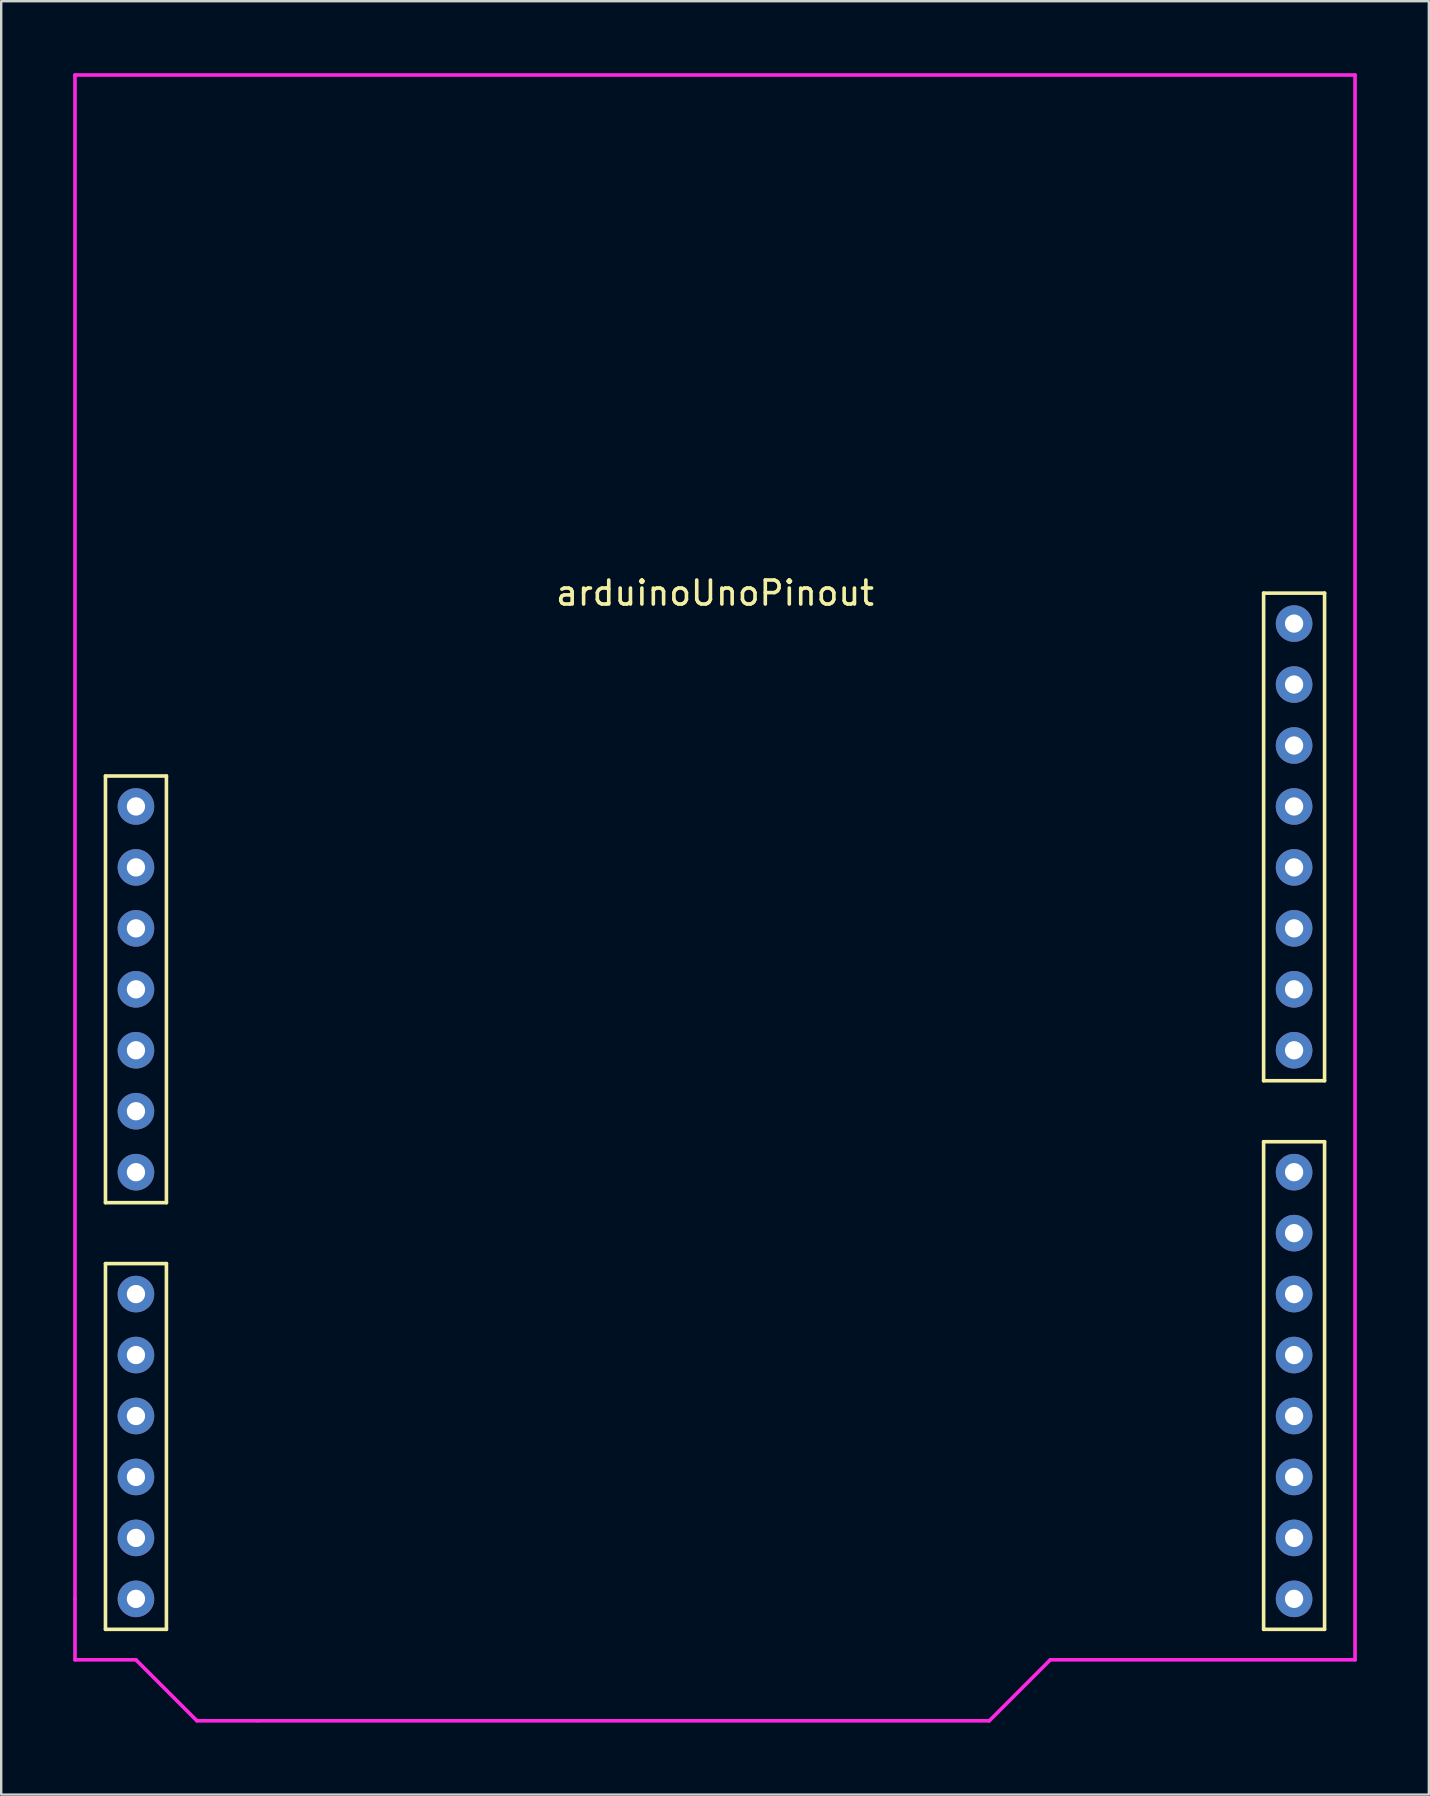
<source format=kicad_pcb>
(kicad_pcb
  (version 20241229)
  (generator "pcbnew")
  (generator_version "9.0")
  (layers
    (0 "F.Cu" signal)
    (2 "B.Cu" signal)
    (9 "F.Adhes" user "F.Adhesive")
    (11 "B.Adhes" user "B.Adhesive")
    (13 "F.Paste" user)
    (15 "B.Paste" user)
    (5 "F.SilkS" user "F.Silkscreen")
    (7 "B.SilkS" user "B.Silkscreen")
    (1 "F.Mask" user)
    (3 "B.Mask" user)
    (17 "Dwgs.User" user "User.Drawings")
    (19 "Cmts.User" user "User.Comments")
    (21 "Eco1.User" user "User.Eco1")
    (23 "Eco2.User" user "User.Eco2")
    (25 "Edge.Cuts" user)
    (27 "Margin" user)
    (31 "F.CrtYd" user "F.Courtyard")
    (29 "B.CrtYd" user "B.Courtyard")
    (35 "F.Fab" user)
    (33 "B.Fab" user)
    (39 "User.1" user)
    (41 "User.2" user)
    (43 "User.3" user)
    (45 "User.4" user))
  (footprint "arduinoUnoPinout"
    (layer "F.Cu")
    (at 26.745 44.525)
    (property "Reference" "arduinoUnoPinout" (at 0 -22.86 0) (layer "F.SilkS") (effects (font (size 1 1) (thickness 0.15))))
    (attr through_hole)
    (fp_line (start -25.4 -15.24) (end -25.4 2.54) (stroke (width 0.15) (type solid)) (layer "F.SilkS"))
    (fp_line (start -25.4 2.54) (end -22.86 2.54) (stroke (width 0.15) (type solid)) (layer "F.SilkS"))
    (fp_line (start -25.4 5.08) (end -22.86 5.08) (stroke (width 0.15) (type solid)) (layer "F.SilkS"))
    (fp_line (start -25.4 20.32) (end -25.4 5.08) (stroke (width 0.15) (type solid)) (layer "F.SilkS"))
    (fp_line (start -22.86 -15.24) (end -25.4 -15.24) (stroke (width 0.15) (type solid)) (layer "F.SilkS"))
    (fp_line (start -22.86 2.54) (end -22.86 -15.24) (stroke (width 0.15) (type solid)) (layer "F.SilkS"))
    (fp_line (start -22.86 5.08) (end -22.86 20.32) (stroke (width 0.15) (type solid)) (layer "F.SilkS"))
    (fp_line (start -22.86 20.32) (end -25.4 20.32) (stroke (width 0.15) (type solid)) (layer "F.SilkS"))
    (fp_line (start 22.86 -22.86) (end 22.86 -2.54) (stroke (width 0.15) (type solid)) (layer "F.SilkS"))
    (fp_line (start 22.86 -2.54) (end 25.4 -2.54) (stroke (width 0.15) (type solid)) (layer "F.SilkS"))
    (fp_line (start 22.86 0) (end 25.4 0) (stroke (width 0.15) (type solid)) (layer "F.SilkS"))
    (fp_line (start 22.86 20.32) (end 22.86 0) (stroke (width 0.15) (type solid)) (layer "F.SilkS"))
    (fp_line (start 25.4 -22.86) (end 22.86 -22.86) (stroke (width 0.15) (type solid)) (layer "F.SilkS"))
    (fp_line (start 25.4 -2.54) (end 25.4 -22.86) (stroke (width 0.15) (type solid)) (layer "F.SilkS"))
    (fp_line (start 25.4 0) (end 25.4 20.32) (stroke (width 0.15) (type solid)) (layer "F.SilkS"))
    (fp_line (start 25.4 20.32) (end 22.86 20.32) (stroke (width 0.15) (type solid)) (layer "F.SilkS"))
    (fp_line (start -26.67 -44.45) (end 26.67 -44.45) (stroke (width 0.15) (type solid)) (layer "F.CrtYd"))
    (fp_line (start -26.67 19.05) (end -26.67 -44.45) (stroke (width 0.15) (type solid)) (layer "F.CrtYd"))
    (fp_line (start -26.67 21.59) (end -26.67 19.05) (stroke (width 0.15) (type solid)) (layer "F.CrtYd"))
    (fp_line (start -26.67 21.59) (end -24.13 21.59) (stroke (width 0.15) (type solid)) (layer "F.CrtYd"))
    (fp_line (start -24.13 21.59) (end -21.59 24.13) (stroke (width 0.15) (type solid)) (layer "F.CrtYd"))
    (fp_line (start -21.59 24.13) (end -19.05 24.13) (stroke (width 0.15) (type solid)) (layer "F.CrtYd"))
    (fp_line (start 11.43 24.13) (end -19.05 24.13) (stroke (width 0.15) (type solid)) (layer "F.CrtYd"))
    (fp_line (start 13.97 21.59) (end 11.43 24.13) (stroke (width 0.15) (type solid)) (layer "F.CrtYd"))
    (fp_line (start 13.97 21.59) (end 26.67 21.59) (stroke (width 0.15) (type solid)) (layer "F.CrtYd"))
    (fp_line (start 26.67 -44.45) (end 26.67 21.59) (stroke (width 0.15) (type solid)) (layer "F.CrtYd"))
    (pad "1" thru_hole circle (at -24.13 -13.97) (size 1.524 1.524) (drill 0.762) (layers "*.Cu" "*.Mask"))
    (pad "2" thru_hole circle (at -24.13 -11.43) (size 1.524 1.524) (drill 0.762) (layers "*.Cu" "*.Mask"))
    (pad "3" thru_hole circle (at -24.13 -8.89) (size 1.524 1.524) (drill 0.762) (layers "*.Cu" "*.Mask"))
    (pad "4" thru_hole circle (at -24.13 -6.35) (size 1.524 1.524) (drill 0.762) (layers "*.Cu" "*.Mask"))
    (pad "5" thru_hole circle (at -24.13 -3.81) (size 1.524 1.524) (drill 0.762) (layers "*.Cu" "*.Mask"))
    (pad "6" thru_hole circle (at -24.13 -1.27) (size 1.524 1.524) (drill 0.762) (layers "*.Cu" "*.Mask"))
    (pad "7" thru_hole circle (at -24.13 1.27) (size 1.524 1.524) (drill 0.762) (layers "*.Cu" "*.Mask"))
    (pad "8" thru_hole circle (at -24.13 6.35) (size 1.524 1.524) (drill 0.762) (layers "*.Cu" "*.Mask"))
    (pad "9" thru_hole circle (at -24.13 8.89) (size 1.524 1.524) (drill 0.762) (layers "*.Cu" "*.Mask"))
    (pad "10" thru_hole circle (at -24.13 11.43) (size 1.524 1.524) (drill 0.762) (layers "*.Cu" "*.Mask"))
    (pad "11" thru_hole circle (at -24.13 13.97) (size 1.524 1.524) (drill 0.762) (layers "*.Cu" "*.Mask"))
    (pad "12" thru_hole circle (at -24.13 16.51) (size 1.524 1.524) (drill 0.762) (layers "*.Cu" "*.Mask"))
    (pad "13" thru_hole circle (at -24.13 19.05) (size 1.524 1.524) (drill 0.762) (layers "*.Cu" "*.Mask"))
    (pad "14" thru_hole circle (at 24.13 19.05) (size 1.524 1.524) (drill 0.762) (layers "*.Cu" "*.Mask"))
    (pad "15" thru_hole circle (at 24.13 16.51) (size 1.524 1.524) (drill 0.762) (layers "*.Cu" "*.Mask"))
    (pad "16" thru_hole circle (at 24.13 13.97) (size 1.524 1.524) (drill 0.762) (layers "*.Cu" "*.Mask"))
    (pad "17" thru_hole circle (at 24.13 11.43) (size 1.524 1.524) (drill 0.762) (layers "*.Cu" "*.Mask"))
    (pad "18" thru_hole circle (at 24.13 8.89) (size 1.524 1.524) (drill 0.762) (layers "*.Cu" "*.Mask"))
    (pad "19" thru_hole circle (at 24.13 6.35) (size 1.524 1.524) (drill 0.762) (layers "*.Cu" "*.Mask"))
    (pad "20" thru_hole circle (at 24.13 3.81) (size 1.524 1.524) (drill 0.762) (layers "*.Cu" "*.Mask"))
    (pad "21" thru_hole circle (at 24.13 1.27) (size 1.524 1.524) (drill 0.762) (layers "*.Cu" "*.Mask"))
    (pad "22" thru_hole circle (at 24.13 -3.81) (size 1.524 1.524) (drill 0.762) (layers "*.Cu" "*.Mask"))
    (pad "23" thru_hole circle (at 24.13 -6.35) (size 1.524 1.524) (drill 0.762) (layers "*.Cu" "*.Mask"))
    (pad "24" thru_hole circle (at 24.13 -8.89) (size 1.524 1.524) (drill 0.762) (layers "*.Cu" "*.Mask"))
    (pad "25" thru_hole circle (at 24.13 -11.43) (size 1.524 1.524) (drill 0.762) (layers "*.Cu" "*.Mask"))
    (pad "26" thru_hole circle (at 24.13 -13.97) (size 1.524 1.524) (drill 0.762) (layers "*.Cu" "*.Mask"))
    (pad "27" thru_hole circle (at 24.13 -16.51) (size 1.524 1.524) (drill 0.762) (layers "*.Cu" "*.Mask"))
    (pad "28" thru_hole circle (at 24.13 -19.05) (size 1.524 1.524) (drill 0.762) (layers "*.Cu" "*.Mask"))
    (pad "29" thru_hole circle (at 24.13 -21.59) (size 1.524 1.524) (drill 0.762) (layers "*.Cu" "*.Mask")))
  (gr_rect
    (start -3 -3)
    (end 56.49 71.73)
    (stroke (width 0.1) (type default))
    (fill no)
    (layer "Edge.Cuts")))
</source>
